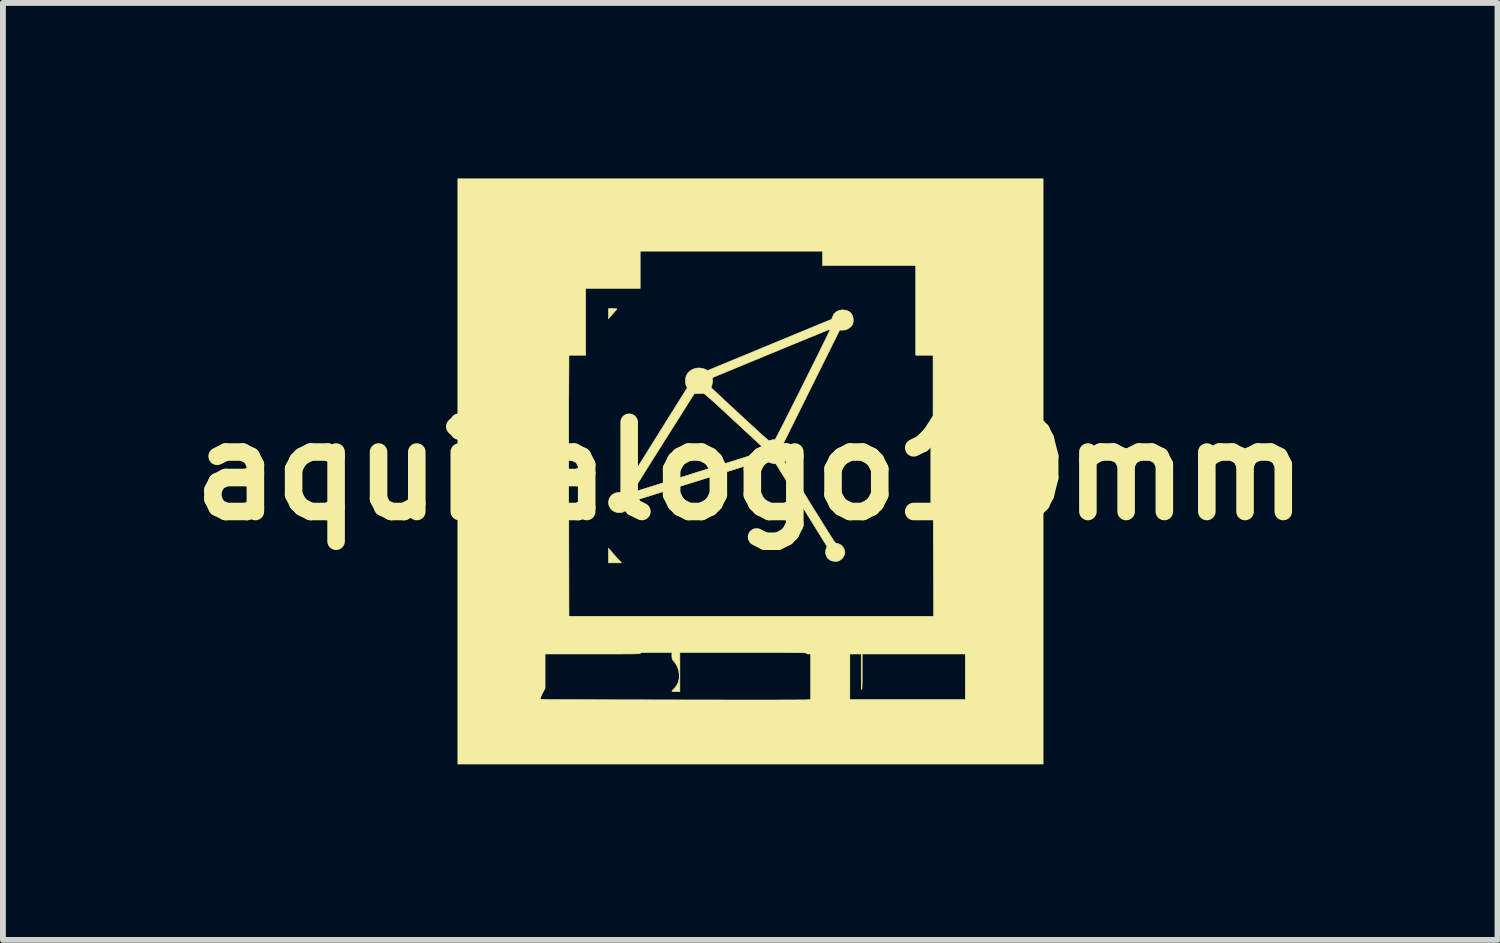
<source format=kicad_pcb>
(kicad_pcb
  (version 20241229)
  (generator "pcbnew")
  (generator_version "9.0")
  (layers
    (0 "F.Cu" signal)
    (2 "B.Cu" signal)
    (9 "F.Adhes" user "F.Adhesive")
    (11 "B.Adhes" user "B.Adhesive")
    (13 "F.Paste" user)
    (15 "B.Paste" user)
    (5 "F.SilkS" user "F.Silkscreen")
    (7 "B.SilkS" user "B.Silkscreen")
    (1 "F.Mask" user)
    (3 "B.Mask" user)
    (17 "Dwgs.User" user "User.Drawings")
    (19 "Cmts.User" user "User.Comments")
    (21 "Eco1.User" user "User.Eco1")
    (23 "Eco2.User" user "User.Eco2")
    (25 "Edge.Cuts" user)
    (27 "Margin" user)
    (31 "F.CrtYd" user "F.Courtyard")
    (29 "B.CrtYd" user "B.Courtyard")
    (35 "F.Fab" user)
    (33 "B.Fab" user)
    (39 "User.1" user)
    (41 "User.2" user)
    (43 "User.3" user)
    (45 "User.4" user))
  (footprint "aquilalogo10mm"
    (layer "F.Cu")
    (at 9.768 5)
    (property "Reference" "aquilalogo10mm" (at 0 0 0) (layer "F.SilkS") (effects (font (size 1.524 1.524) (thickness 0.3))))
    (attr through_hole)
    (fp_poly (pts (xy -2.39 1.355) (xy -2.372 1.375) (xy -2.346 1.405) (xy -2.315 1.44) (xy -2.283 1.475) (xy -2.279 1.48) (xy -2.2 1.566) (xy -2.421 1.566) (xy -2.421 1.317) (xy -2.39 1.355)) (stroke (width 0.01) (type solid)) (fill yes) (layer "F.SilkS"))
    (fp_poly (pts (xy -2.317 -2.776) (xy -2.292 -2.775) (xy -2.279 -2.773) (xy -2.278 -2.772) (xy -2.283 -2.763) (xy -2.297 -2.746) (xy -2.317 -2.724) (xy -2.318 -2.723) (xy -2.345 -2.693) (xy -2.372 -2.662) (xy -2.39 -2.642) (xy -2.421 -2.603) (xy -2.421 -2.69) (xy -2.421 -2.777) (xy -2.349 -2.777) (xy -2.317 -2.776)) (stroke (width 0.01) (type solid)) (fill yes) (layer "F.SilkS"))
    (fp_poly (pts (xy 5.004 5.004) (xy -4.995 5.004) (xy -4.995 3.89) (xy -3.59 3.89) (xy -3.588 3.892) (xy -3.584 3.894) (xy -3.574 3.896) (xy -3.56 3.897) (xy -3.539 3.899) (xy -3.51 3.9) (xy -3.474 3.901) (xy -3.428 3.902) (xy -3.373 3.902) (xy -3.306 3.903) (xy -3.228 3.903) (xy -3.136 3.904) (xy -3.031 3.904) (xy -2.91 3.905) (xy -2.775 3.905) (xy -2.737 3.905) (xy -2.431 3.906) (xy -2.136 3.907) (xy -1.852 3.907) (xy -1.58 3.908) (xy -1.321 3.908) (xy -1.074 3.909) (xy -0.839 3.909) (xy -0.617 3.909) (xy -0.409 3.91) (xy -0.214 3.91) (xy -0.032 3.91) (xy 0.135 3.91) (xy 0.288 3.91) (xy 0.427 3.91) (xy 0.55 3.909) (xy 0.659 3.909) (xy 0.753 3.909) (xy 0.83 3.908) (xy 0.892 3.908) (xy 0.938 3.908) (xy 0.967 3.907) (xy 0.979 3.906) (xy 1.033 3.901) (xy 1.033 3.124) (xy 1.702 3.124) (xy 1.702 3.903) (xy 3.675 3.903) (xy 3.675 3.124) (xy 1.913 3.124) (xy 1.913 3.429) (xy 1.913 3.518) (xy 1.913 3.592) (xy 1.911 3.651) (xy 1.91 3.695) (xy 1.908 3.722) (xy 1.905 3.734) (xy 1.905 3.734) (xy 1.903 3.725) (xy 1.9 3.701) (xy 1.899 3.66) (xy 1.898 3.603) (xy 1.897 3.531) (xy 1.897 3.445) (xy 1.897 3.429) (xy 1.897 3.124) (xy 1.702 3.124) (xy 1.033 3.124) (xy 0.999 3.124) (xy 0.976 3.122) (xy 0.966 3.115) (xy 0.965 3.111) (xy 0.964 3.11) (xy 0.959 3.108) (xy 0.95 3.106) (xy 0.936 3.105) (xy 0.916 3.104) (xy 0.889 3.103) (xy 0.854 3.102) (xy 0.812 3.101) (xy 0.76 3.101) (xy 0.697 3.1) (xy 0.624 3.1) (xy 0.539 3.099) (xy 0.442 3.099) (xy 0.331 3.099) (xy 0.206 3.099) (xy 0.065 3.099) (xy -0.091 3.099) (xy -1.202 3.099) (xy -1.202 3.768) (xy -1.27 3.768) (xy -1.303 3.767) (xy -1.326 3.764) (xy -1.337 3.76) (xy -1.338 3.759) (xy -1.332 3.75) (xy -1.317 3.733) (xy -1.3 3.716) (xy -1.259 3.667) (xy -1.23 3.61) (xy -1.214 3.546) (xy -1.212 3.479) (xy -1.221 3.411) (xy -1.244 3.344) (xy -1.278 3.282) (xy -1.309 3.243) (xy -1.325 3.224) (xy -1.333 3.207) (xy -1.337 3.187) (xy -1.338 3.155) (xy -1.338 3.155) (xy -1.338 3.099) (xy -1.609 3.099) (xy -1.684 3.099) (xy -1.745 3.099) (xy -1.792 3.1) (xy -1.827 3.101) (xy -1.851 3.102) (xy -1.867 3.104) (xy -1.876 3.107) (xy -1.879 3.11) (xy -1.88 3.111) (xy -1.881 3.114) (xy -1.886 3.116) (xy -1.896 3.117) (xy -1.911 3.119) (xy -1.932 3.12) (xy -1.961 3.121) (xy -1.999 3.122) (xy -2.046 3.122) (xy -2.103 3.123) (xy -2.171 3.123) (xy -2.252 3.124) (xy -2.346 3.124) (xy -2.454 3.124) (xy -2.577 3.124) (xy -2.692 3.124) (xy -3.505 3.124) (xy -3.505 3.709) (xy -3.548 3.793) (xy -3.565 3.828) (xy -3.578 3.859) (xy -3.587 3.881) (xy -3.59 3.89) (xy -4.995 3.89) (xy -4.995 -0.404) (xy -3.101 -0.404) (xy -3.101 -0.241) (xy -3.101 -0.072) (xy -3.101 0.1) (xy -3.101 0.275) (xy -3.101 0.452) (xy -3.101 0.629) (xy -3.1 0.804) (xy -3.1 0.866) (xy -3.097 2.481) (xy 3.135 2.481) (xy 3.13 1.395) (xy 3.129 1.238) (xy 3.128 1.066) (xy 3.128 0.883) (xy 3.127 0.691) (xy 3.126 0.493) (xy 3.126 0.292) (xy 3.125 0.09) (xy 3.125 -0.11) (xy 3.125 -0.305) (xy 3.124 -0.493) (xy 3.124 -0.671) (xy 3.124 -0.835) (xy 3.124 -0.836) (xy 3.124 -1.981) (xy 2.828 -1.981) (xy 2.828 -3.514) (xy 1.236 -3.514) (xy 1.236 -3.759) (xy -1.88 -3.759) (xy -1.88 -3.124) (xy -2.811 -3.124) (xy -2.811 -1.981) (xy -3.097 -1.981) (xy -3.1 -1.365) (xy -3.1 -1.291) (xy -3.101 -1.201) (xy -3.101 -1.096) (xy -3.101 -0.979) (xy -3.101 -0.85) (xy -3.101 -0.71) (xy -3.101 -0.561) (xy -3.101 -0.404) (xy -4.995 -0.404) (xy -4.995 -4.995) (xy 5.004 -4.995) (xy 5.004 5.004)) (stroke (width 0.01) (type solid)) (fill yes) (layer "F.SilkS"))
    (fp_poly (pts (xy 1.641 -2.748) (xy 1.688 -2.728) (xy 1.725 -2.695) (xy 1.749 -2.652) (xy 1.76 -2.599) (xy 1.761 -2.583) (xy 1.758 -2.538) (xy 1.746 -2.503) (xy 1.723 -2.472) (xy 1.713 -2.463) (xy 1.67 -2.431) (xy 1.624 -2.414) (xy 1.579 -2.41) (xy 1.528 -2.41) (xy 0.567 -0.475) (xy 0.589 -0.444) (xy 0.613 -0.394) (xy 0.623 -0.342) (xy 0.619 -0.29) (xy 0.6 -0.242) (xy 0.588 -0.224) (xy 0.567 -0.195) (xy 1.004 0.513) (xy 1.066 0.613) (xy 1.125 0.708) (xy 1.182 0.799) (xy 1.234 0.883) (xy 1.283 0.961) (xy 1.326 1.03) (xy 1.364 1.09) (xy 1.396 1.141) (xy 1.422 1.18) (xy 1.44 1.207) (xy 1.449 1.222) (xy 1.451 1.224) (xy 1.465 1.228) (xy 1.487 1.234) (xy 1.496 1.236) (xy 1.54 1.255) (xy 1.576 1.287) (xy 1.603 1.327) (xy 1.616 1.372) (xy 1.617 1.388) (xy 1.609 1.43) (xy 1.588 1.472) (xy 1.557 1.506) (xy 1.542 1.516) (xy 1.515 1.531) (xy 1.489 1.539) (xy 1.456 1.541) (xy 1.452 1.541) (xy 1.401 1.535) (xy 1.37 1.524) (xy 1.331 1.494) (xy 1.304 1.455) (xy 1.289 1.41) (xy 1.288 1.363) (xy 1.299 1.321) (xy 1.314 1.289) (xy 0.44 -0.124) (xy 0.384 -0.133) (xy 0.337 -0.145) (xy 0.295 -0.164) (xy 0.288 -0.168) (xy 0.248 -0.193) (xy -0.818 0.141) (xy -0.95 0.182) (xy -1.078 0.222) (xy -1.202 0.261) (xy -1.32 0.298) (xy -1.431 0.332) (xy -1.535 0.365) (xy -1.631 0.395) (xy -1.716 0.422) (xy -1.791 0.445) (xy -1.855 0.465) (xy -1.905 0.481) (xy -1.942 0.492) (xy -1.964 0.499) (xy -1.966 0.5) (xy -2.049 0.525) (xy -2.054 0.559) (xy -2.07 0.609) (xy -2.098 0.649) (xy -2.135 0.68) (xy -2.18 0.701) (xy -2.228 0.709) (xy -2.278 0.705) (xy -2.326 0.688) (xy -2.359 0.666) (xy -2.393 0.628) (xy -2.414 0.583) (xy -2.421 0.535) (xy -2.414 0.488) (xy -2.394 0.443) (xy -2.36 0.405) (xy -2.345 0.394) (xy -2.318 0.379) (xy -2.289 0.37) (xy -2.251 0.365) (xy -2.249 0.364) (xy -2.246 0.364) (xy -2.016 0.364) (xy -2.008 0.362) (xy -1.984 0.355) (xy -1.946 0.343) (xy -1.894 0.327) (xy -1.83 0.307) (xy -1.755 0.284) (xy -1.669 0.257) (xy -1.573 0.227) (xy -1.469 0.195) (xy -1.357 0.16) (xy -1.238 0.123) (xy -1.113 0.084) (xy -0.984 0.043) (xy -0.91 0.02) (xy 0.192 -0.324) (xy 0.2 -0.37) (xy 0.208 -0.415) (xy -0.287 -0.874) (xy -0.38 -0.96) (xy -0.465 -1.038) (xy -0.541 -1.108) (xy -0.609 -1.17) (xy -0.666 -1.222) (xy -0.714 -1.264) (xy -0.752 -1.296) (xy -0.778 -1.318) (xy -0.793 -1.329) (xy -0.795 -1.33) (xy -0.81 -1.329) (xy -0.836 -1.327) (xy -0.869 -1.326) (xy -0.882 -1.326) (xy -0.955 -1.325) (xy -1.488 -0.481) (xy -1.557 -0.372) (xy -1.623 -0.267) (xy -1.686 -0.168) (xy -1.745 -0.074) (xy -1.799 0.013) (xy -1.849 0.093) (xy -1.893 0.164) (xy -1.932 0.226) (xy -1.964 0.277) (xy -1.989 0.318) (xy -2.006 0.346) (xy -2.015 0.361) (xy -2.016 0.364) (xy -2.246 0.364) (xy -2.19 0.36) (xy -1.633 -0.532) (xy -1.075 -1.424) (xy -1.078 -1.429) (xy -0.666 -1.429) (xy -0.66 -1.419) (xy -0.659 -1.418) (xy -0.651 -1.41) (xy -0.632 -1.392) (xy -0.602 -1.364) (xy -0.563 -1.328) (xy -0.515 -1.283) (xy -0.46 -1.232) (xy -0.398 -1.174) (xy -0.331 -1.111) (xy -0.259 -1.045) (xy -0.183 -0.974) (xy -0.169 -0.962) (xy -0.069 -0.868) (xy 0.021 -0.786) (xy 0.099 -0.715) (xy 0.165 -0.654) (xy 0.22 -0.605) (xy 0.264 -0.567) (xy 0.295 -0.54) (xy 0.315 -0.525) (xy 0.322 -0.522) (xy 0.337 -0.526) (xy 0.362 -0.531) (xy 0.376 -0.534) (xy 0.401 -0.538) (xy 0.42 -0.538) (xy 0.425 -0.537) (xy 0.429 -0.544) (xy 0.44 -0.565) (xy 0.458 -0.599) (xy 0.482 -0.644) (xy 0.511 -0.701) (xy 0.545 -0.767) (xy 0.583 -0.842) (xy 0.624 -0.924) (xy 0.669 -1.013) (xy 0.716 -1.106) (xy 0.765 -1.204) (xy 0.816 -1.305) (xy 0.867 -1.408) (xy 0.919 -1.511) (xy 0.97 -1.614) (xy 1.021 -1.716) (xy 1.07 -1.815) (xy 1.118 -1.911) (xy 1.163 -2.002) (xy 1.205 -2.087) (xy 1.243 -2.165) (xy 1.278 -2.235) (xy 1.308 -2.296) (xy 1.332 -2.347) (xy 1.351 -2.386) (xy 1.363 -2.412) (xy 1.369 -2.426) (xy 1.369 -2.427) (xy 1.361 -2.424) (xy 1.338 -2.415) (xy 1.302 -2.4) (xy 1.252 -2.381) (xy 1.191 -2.356) (xy 1.119 -2.326) (xy 1.036 -2.292) (xy 0.945 -2.255) (xy 0.845 -2.214) (xy 0.738 -2.17) (xy 0.624 -2.123) (xy 0.505 -2.074) (xy 0.382 -2.023) (xy 0.359 -2.014) (xy -0.648 -1.597) (xy -0.645 -1.551) (xy -0.648 -1.498) (xy -0.656 -1.467) (xy -0.665 -1.443) (xy -0.666 -1.429) (xy -1.078 -1.429) (xy -1.09 -1.451) (xy -1.1 -1.481) (xy -1.105 -1.521) (xy -1.104 -1.565) (xy -1.099 -1.606) (xy -1.089 -1.637) (xy -1.056 -1.686) (xy -1.012 -1.723) (xy -0.96 -1.749) (xy -0.903 -1.762) (xy -0.844 -1.761) (xy -0.785 -1.746) (xy -0.776 -1.742) (xy -0.727 -1.719) (xy 0.332 -2.157) (xy 1.391 -2.595) (xy 1.403 -2.628) (xy 1.428 -2.68) (xy 1.464 -2.718) (xy 1.51 -2.743) (xy 1.566 -2.755) (xy 1.584 -2.755) (xy 1.641 -2.748)) (stroke (width 0.01) (type solid)) (fill yes) (layer "F.SilkS")))
  (gr_rect
    (start -3 -3)
    (end 22.536 13.009)
    (stroke (width 0.1) (type default))
    (fill no)
    (layer "Edge.Cuts")))
</source>
